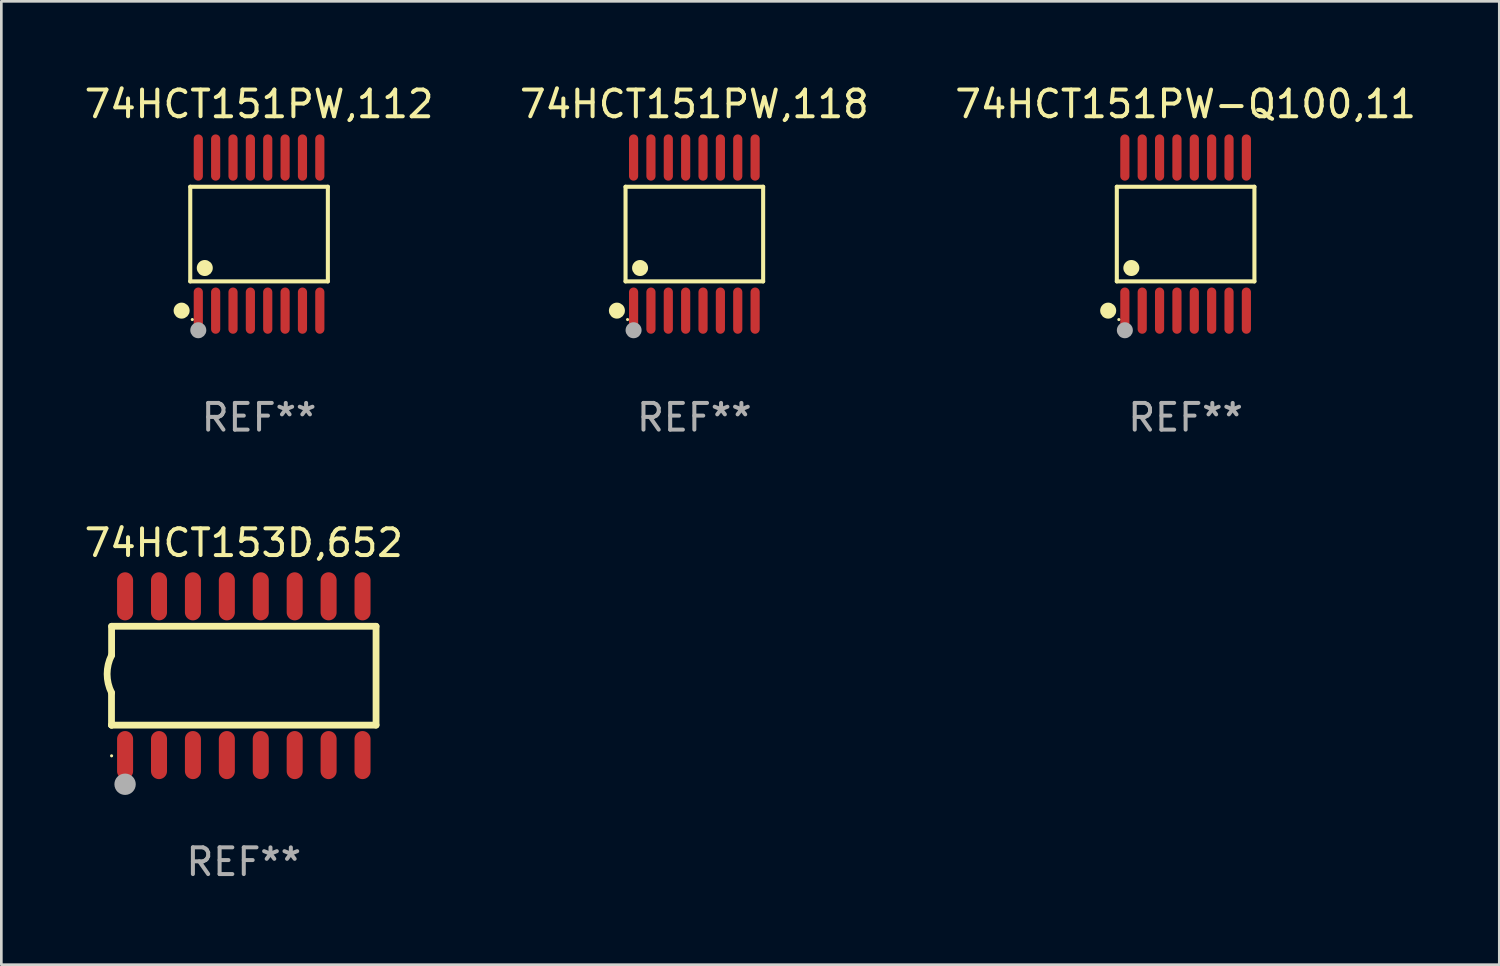
<source format=kicad_pcb>
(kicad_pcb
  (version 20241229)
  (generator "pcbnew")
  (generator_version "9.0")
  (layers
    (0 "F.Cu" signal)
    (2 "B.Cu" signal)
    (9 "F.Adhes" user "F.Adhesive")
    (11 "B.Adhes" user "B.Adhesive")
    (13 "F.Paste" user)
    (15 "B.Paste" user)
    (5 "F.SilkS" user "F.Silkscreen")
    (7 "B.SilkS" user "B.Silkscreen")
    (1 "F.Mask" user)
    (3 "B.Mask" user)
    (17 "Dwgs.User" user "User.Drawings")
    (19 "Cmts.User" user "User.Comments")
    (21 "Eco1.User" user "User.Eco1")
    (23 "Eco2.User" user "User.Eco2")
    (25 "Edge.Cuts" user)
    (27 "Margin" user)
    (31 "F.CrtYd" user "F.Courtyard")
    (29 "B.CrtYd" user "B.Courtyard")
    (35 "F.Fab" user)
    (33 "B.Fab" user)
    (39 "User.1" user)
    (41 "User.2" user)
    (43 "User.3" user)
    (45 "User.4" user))
  (footprint "74HCT151PW,118"
    (layer "F.Cu")
    (at 22.946 5.714)
    (property "Reference" "74HCT151PW,118" (at 0 -4.866 0) (layer "F.SilkS") (effects (font (size 1 1) (thickness 0.15))))
    (attr through_hole)
    (fp_line (start -2.576 -1.772) (end 2.576 -1.772) (stroke (width 0.152) (type solid)) (layer "F.SilkS"))
    (fp_line (start -2.576 1.771) (end -2.576 -1.772) (stroke (width 0.152) (type solid)) (layer "F.SilkS"))
    (fp_line (start 2.576 -1.772) (end 2.576 1.771) (stroke (width 0.152) (type solid)) (layer "F.SilkS"))
    (fp_line (start 2.576 1.771) (end -2.576 1.771) (stroke (width 0.152) (type solid)) (layer "F.SilkS"))
    (fp_circle (center -2.899 2.866) (end -2.749 2.866) (stroke (width 0.3) (type solid)) (fill no) (layer "F.SilkS"))
    (fp_circle (center -2.5 3.2) (end -2.47 3.2) (stroke (width 0.06) (type solid)) (fill no) (layer "F.SilkS"))
    (fp_circle (center -2.032 1.27) (end -1.882 1.27) (stroke (width 0.3) (type solid)) (fill no) (layer "F.SilkS"))
    (fp_circle (center -2.275 3.6) (end -2.125 3.6) (stroke (width 0.3) (type solid)) (fill no) (layer "F.Fab"))
    (fp_text user "REF**" (at 0 6.866 0) (layer "F.Fab") (effects (font (size 1 1) (thickness 0.15))))
    (pad "1" smd oval (at -2.275 2.866) (size 0.343 1.731) (layers "F.Cu" "F.Mask" "F.Paste"))
    (pad "2" smd oval (at -1.625 2.866) (size 0.343 1.731) (layers "F.Cu" "F.Mask" "F.Paste"))
    (pad "3" smd oval (at -0.975 2.866) (size 0.343 1.731) (layers "F.Cu" "F.Mask" "F.Paste"))
    (pad "4" smd oval (at -0.325 2.866) (size 0.343 1.731) (layers "F.Cu" "F.Mask" "F.Paste"))
    (pad "5" smd oval (at 0.325 2.866) (size 0.343 1.731) (layers "F.Cu" "F.Mask" "F.Paste"))
    (pad "6" smd oval (at 0.975 2.866) (size 0.343 1.731) (layers "F.Cu" "F.Mask" "F.Paste"))
    (pad "7" smd oval (at 1.625 2.866) (size 0.343 1.731) (layers "F.Cu" "F.Mask" "F.Paste"))
    (pad "8" smd oval (at 2.275 2.866) (size 0.343 1.731) (layers "F.Cu" "F.Mask" "F.Paste"))
    (pad "9" smd oval (at 2.275 -2.866) (size 0.343 1.731) (layers "F.Cu" "F.Mask" "F.Paste"))
    (pad "10" smd oval (at 1.625 -2.866) (size 0.343 1.731) (layers "F.Cu" "F.Mask" "F.Paste"))
    (pad "11" smd oval (at 0.975 -2.866) (size 0.343 1.731) (layers "F.Cu" "F.Mask" "F.Paste"))
    (pad "12" smd oval (at 0.325 -2.866) (size 0.343 1.731) (layers "F.Cu" "F.Mask" "F.Paste"))
    (pad "13" smd oval (at -0.325 -2.866) (size 0.343 1.731) (layers "F.Cu" "F.Mask" "F.Paste"))
    (pad "14" smd oval (at -0.975 -2.866) (size 0.343 1.731) (layers "F.Cu" "F.Mask" "F.Paste"))
    (pad "15" smd oval (at -1.625 -2.866) (size 0.343 1.731) (layers "F.Cu" "F.Mask" "F.Paste"))
    (pad "16" smd oval (at -2.275 -2.866) (size 0.343 1.731) (layers "F.Cu" "F.Mask" "F.Paste")))
  (footprint "74HCT151PW,112"
    (layer "F.Cu")
    (at 6.649 5.714)
    (property "Reference" "74HCT151PW,112" (at 0 -4.866 0) (layer "F.SilkS") (effects (font (size 1 1) (thickness 0.15))))
    (attr through_hole)
    (fp_line (start -2.576 -1.772) (end 2.576 -1.772) (stroke (width 0.152) (type solid)) (layer "F.SilkS"))
    (fp_line (start -2.576 1.771) (end -2.576 -1.772) (stroke (width 0.152) (type solid)) (layer "F.SilkS"))
    (fp_line (start 2.576 -1.772) (end 2.576 1.771) (stroke (width 0.152) (type solid)) (layer "F.SilkS"))
    (fp_line (start 2.576 1.771) (end -2.576 1.771) (stroke (width 0.152) (type solid)) (layer "F.SilkS"))
    (fp_circle (center -2.899 2.866) (end -2.749 2.866) (stroke (width 0.3) (type solid)) (fill no) (layer "F.SilkS"))
    (fp_circle (center -2.5 3.2) (end -2.47 3.2) (stroke (width 0.06) (type solid)) (fill no) (layer "F.SilkS"))
    (fp_circle (center -2.032 1.27) (end -1.882 1.27) (stroke (width 0.3) (type solid)) (fill no) (layer "F.SilkS"))
    (fp_circle (center -2.275 3.6) (end -2.125 3.6) (stroke (width 0.3) (type solid)) (fill no) (layer "F.Fab"))
    (fp_text user "REF**" (at 0 6.866 0) (layer "F.Fab") (effects (font (size 1 1) (thickness 0.15))))
    (pad "1" smd oval (at -2.275 2.866) (size 0.343 1.731) (layers "F.Cu" "F.Mask" "F.Paste"))
    (pad "2" smd oval (at -1.625 2.866) (size 0.343 1.731) (layers "F.Cu" "F.Mask" "F.Paste"))
    (pad "3" smd oval (at -0.975 2.866) (size 0.343 1.731) (layers "F.Cu" "F.Mask" "F.Paste"))
    (pad "4" smd oval (at -0.325 2.866) (size 0.343 1.731) (layers "F.Cu" "F.Mask" "F.Paste"))
    (pad "5" smd oval (at 0.325 2.866) (size 0.343 1.731) (layers "F.Cu" "F.Mask" "F.Paste"))
    (pad "6" smd oval (at 0.975 2.866) (size 0.343 1.731) (layers "F.Cu" "F.Mask" "F.Paste"))
    (pad "7" smd oval (at 1.625 2.866) (size 0.343 1.731) (layers "F.Cu" "F.Mask" "F.Paste"))
    (pad "8" smd oval (at 2.275 2.866) (size 0.343 1.731) (layers "F.Cu" "F.Mask" "F.Paste"))
    (pad "9" smd oval (at 2.275 -2.866) (size 0.343 1.731) (layers "F.Cu" "F.Mask" "F.Paste"))
    (pad "10" smd oval (at 1.625 -2.866) (size 0.343 1.731) (layers "F.Cu" "F.Mask" "F.Paste"))
    (pad "11" smd oval (at 0.975 -2.866) (size 0.343 1.731) (layers "F.Cu" "F.Mask" "F.Paste"))
    (pad "12" smd oval (at 0.325 -2.866) (size 0.343 1.731) (layers "F.Cu" "F.Mask" "F.Paste"))
    (pad "13" smd oval (at -0.325 -2.866) (size 0.343 1.731) (layers "F.Cu" "F.Mask" "F.Paste"))
    (pad "14" smd oval (at -0.975 -2.866) (size 0.343 1.731) (layers "F.Cu" "F.Mask" "F.Paste"))
    (pad "15" smd oval (at -1.625 -2.866) (size 0.343 1.731) (layers "F.Cu" "F.Mask" "F.Paste"))
    (pad "16" smd oval (at -2.275 -2.866) (size 0.343 1.731) (layers "F.Cu" "F.Mask" "F.Paste")))
  (footprint "74HCT153D,652"
    (layer "F.Cu")
    (at 6.077 22.248)
    (property "Reference" "74HCT153D,652" (at 0 -4.972 0) (layer "F.SilkS") (effects (font (size 1 1) (thickness 0.15))))
    (attr through_hole)
    (fp_line (start -4.952 0.635) (end -4.952 1.85) (stroke (width 0.254) (type solid)) (layer "F.SilkS"))
    (fp_line (start -4.952 1.85) (end -4.949 1.85) (stroke (width 0.254) (type solid)) (layer "F.SilkS"))
    (fp_line (start -4.949 -1.85) (end -4.949 -0.762) (stroke (width 0.254) (type solid)) (layer "F.SilkS"))
    (fp_line (start -4.949 1.85) (end 4.952 1.85) (stroke (width 0.254) (type solid)) (layer "F.SilkS"))
    (fp_line (start 4.952 -1.85) (end -4.949 -1.85) (stroke (width 0.254) (type solid)) (layer "F.SilkS"))
    (fp_line (start 4.952 1.85) (end 4.952 -1.85) (stroke (width 0.254) (type solid)) (layer "F.SilkS"))
    (fp_arc (start -4.951524 0.635001) (mid -5.116418 -0.0635) (end -4.951524 -0.762002) (stroke (width 0.254001) (type solid)) (layer "F.SilkS"))
    (fp_circle (center -4.949 3) (end -4.919 3) (stroke (width 0.06) (type solid)) (fill no) (layer "F.SilkS"))
    (fp_circle (center -4.444 4.064) (end -4.244 4.064) (stroke (width 0.4) (type solid)) (fill no) (layer "F.Fab"))
    (fp_text user "REF**" (at 0 6.972 0) (layer "F.Fab") (effects (font (size 1 1) (thickness 0.15))))
    (pad "1" smd oval (at -4.444 2.972 180) (size 0.6 1.8) (layers "F.Cu" "F.Mask" "F.Paste"))
    (pad "2" smd oval (at -3.174 2.972 180) (size 0.6 1.8) (layers "F.Cu" "F.Mask" "F.Paste"))
    (pad "3" smd oval (at -1.904 2.972 180) (size 0.6 1.8) (layers "F.Cu" "F.Mask" "F.Paste"))
    (pad "4" smd oval (at -0.634 2.972 180) (size 0.6 1.8) (layers "F.Cu" "F.Mask" "F.Paste"))
    (pad "5" smd oval (at 0.636 2.972 180) (size 0.6 1.8) (layers "F.Cu" "F.Mask" "F.Paste"))
    (pad "6" smd oval (at 1.906 2.972 180) (size 0.6 1.8) (layers "F.Cu" "F.Mask" "F.Paste"))
    (pad "7" smd oval (at 3.176 2.972 180) (size 0.6 1.8) (layers "F.Cu" "F.Mask" "F.Paste"))
    (pad "8" smd oval (at 4.446 2.972 180) (size 0.6 1.8) (layers "F.Cu" "F.Mask" "F.Paste"))
    (pad "9" smd oval (at 4.446 -2.972 180) (size 0.6 1.8) (layers "F.Cu" "F.Mask" "F.Paste"))
    (pad "10" smd oval (at 3.176 -2.972 180) (size 0.6 1.8) (layers "F.Cu" "F.Mask" "F.Paste"))
    (pad "11" smd oval (at 1.906 -2.972 180) (size 0.6 1.8) (layers "F.Cu" "F.Mask" "F.Paste"))
    (pad "12" smd oval (at 0.636 -2.972 180) (size 0.6 1.8) (layers "F.Cu" "F.Mask" "F.Paste"))
    (pad "13" smd oval (at -0.634 -2.972 180) (size 0.6 1.8) (layers "F.Cu" "F.Mask" "F.Paste"))
    (pad "14" smd oval (at -1.904 -2.972 180) (size 0.6 1.8) (layers "F.Cu" "F.Mask" "F.Paste"))
    (pad "15" smd oval (at -3.174 -2.972 180) (size 0.6 1.8) (layers "F.Cu" "F.Mask" "F.Paste"))
    (pad "16" smd oval (at -4.444 -2.972 180) (size 0.6 1.8) (layers "F.Cu" "F.Mask" "F.Paste")))
  (footprint "74HCT151PW-Q100,11"
    (layer "F.Cu")
    (at 41.339 5.714)
    (property "Reference" "74HCT151PW-Q100,11" (at 0 -4.866 0) (layer "F.SilkS") (effects (font (size 1 1) (thickness 0.15))))
    (attr through_hole)
    (fp_line (start -2.576 -1.772) (end 2.576 -1.772) (stroke (width 0.152) (type solid)) (layer "F.SilkS"))
    (fp_line (start -2.576 1.771) (end -2.576 -1.772) (stroke (width 0.152) (type solid)) (layer "F.SilkS"))
    (fp_line (start 2.576 -1.772) (end 2.576 1.771) (stroke (width 0.152) (type solid)) (layer "F.SilkS"))
    (fp_line (start 2.576 1.771) (end -2.576 1.771) (stroke (width 0.152) (type solid)) (layer "F.SilkS"))
    (fp_circle (center -2.899 2.866) (end -2.749 2.866) (stroke (width 0.3) (type solid)) (fill no) (layer "F.SilkS"))
    (fp_circle (center -2.5 3.2) (end -2.47 3.2) (stroke (width 0.06) (type solid)) (fill no) (layer "F.SilkS"))
    (fp_circle (center -2.032 1.27) (end -1.882 1.27) (stroke (width 0.3) (type solid)) (fill no) (layer "F.SilkS"))
    (fp_circle (center -2.275 3.6) (end -2.125 3.6) (stroke (width 0.3) (type solid)) (fill no) (layer "F.Fab"))
    (fp_text user "REF**" (at 0 6.866 0) (layer "F.Fab") (effects (font (size 1 1) (thickness 0.15))))
    (pad "1" smd oval (at -2.275 2.866) (size 0.343 1.731) (layers "F.Cu" "F.Mask" "F.Paste"))
    (pad "2" smd oval (at -1.625 2.866) (size 0.343 1.731) (layers "F.Cu" "F.Mask" "F.Paste"))
    (pad "3" smd oval (at -0.975 2.866) (size 0.343 1.731) (layers "F.Cu" "F.Mask" "F.Paste"))
    (pad "4" smd oval (at -0.325 2.866) (size 0.343 1.731) (layers "F.Cu" "F.Mask" "F.Paste"))
    (pad "5" smd oval (at 0.325 2.866) (size 0.343 1.731) (layers "F.Cu" "F.Mask" "F.Paste"))
    (pad "6" smd oval (at 0.975 2.866) (size 0.343 1.731) (layers "F.Cu" "F.Mask" "F.Paste"))
    (pad "7" smd oval (at 1.625 2.866) (size 0.343 1.731) (layers "F.Cu" "F.Mask" "F.Paste"))
    (pad "8" smd oval (at 2.275 2.866) (size 0.343 1.731) (layers "F.Cu" "F.Mask" "F.Paste"))
    (pad "9" smd oval (at 2.275 -2.866) (size 0.343 1.731) (layers "F.Cu" "F.Mask" "F.Paste"))
    (pad "10" smd oval (at 1.625 -2.866) (size 0.343 1.731) (layers "F.Cu" "F.Mask" "F.Paste"))
    (pad "11" smd oval (at 0.975 -2.866) (size 0.343 1.731) (layers "F.Cu" "F.Mask" "F.Paste"))
    (pad "12" smd oval (at 0.325 -2.866) (size 0.343 1.731) (layers "F.Cu" "F.Mask" "F.Paste"))
    (pad "13" smd oval (at -0.325 -2.866) (size 0.343 1.731) (layers "F.Cu" "F.Mask" "F.Paste"))
    (pad "14" smd oval (at -0.975 -2.866) (size 0.343 1.731) (layers "F.Cu" "F.Mask" "F.Paste"))
    (pad "15" smd oval (at -1.625 -2.866) (size 0.343 1.731) (layers "F.Cu" "F.Mask" "F.Paste"))
    (pad "16" smd oval (at -2.275 -2.866) (size 0.343 1.731) (layers "F.Cu" "F.Mask" "F.Paste")))
  (gr_rect
    (start -3 -3)
    (end 53.083 33.068)
    (stroke (width 0.1) (type default))
    (fill no)
    (layer "Edge.Cuts")))
</source>
